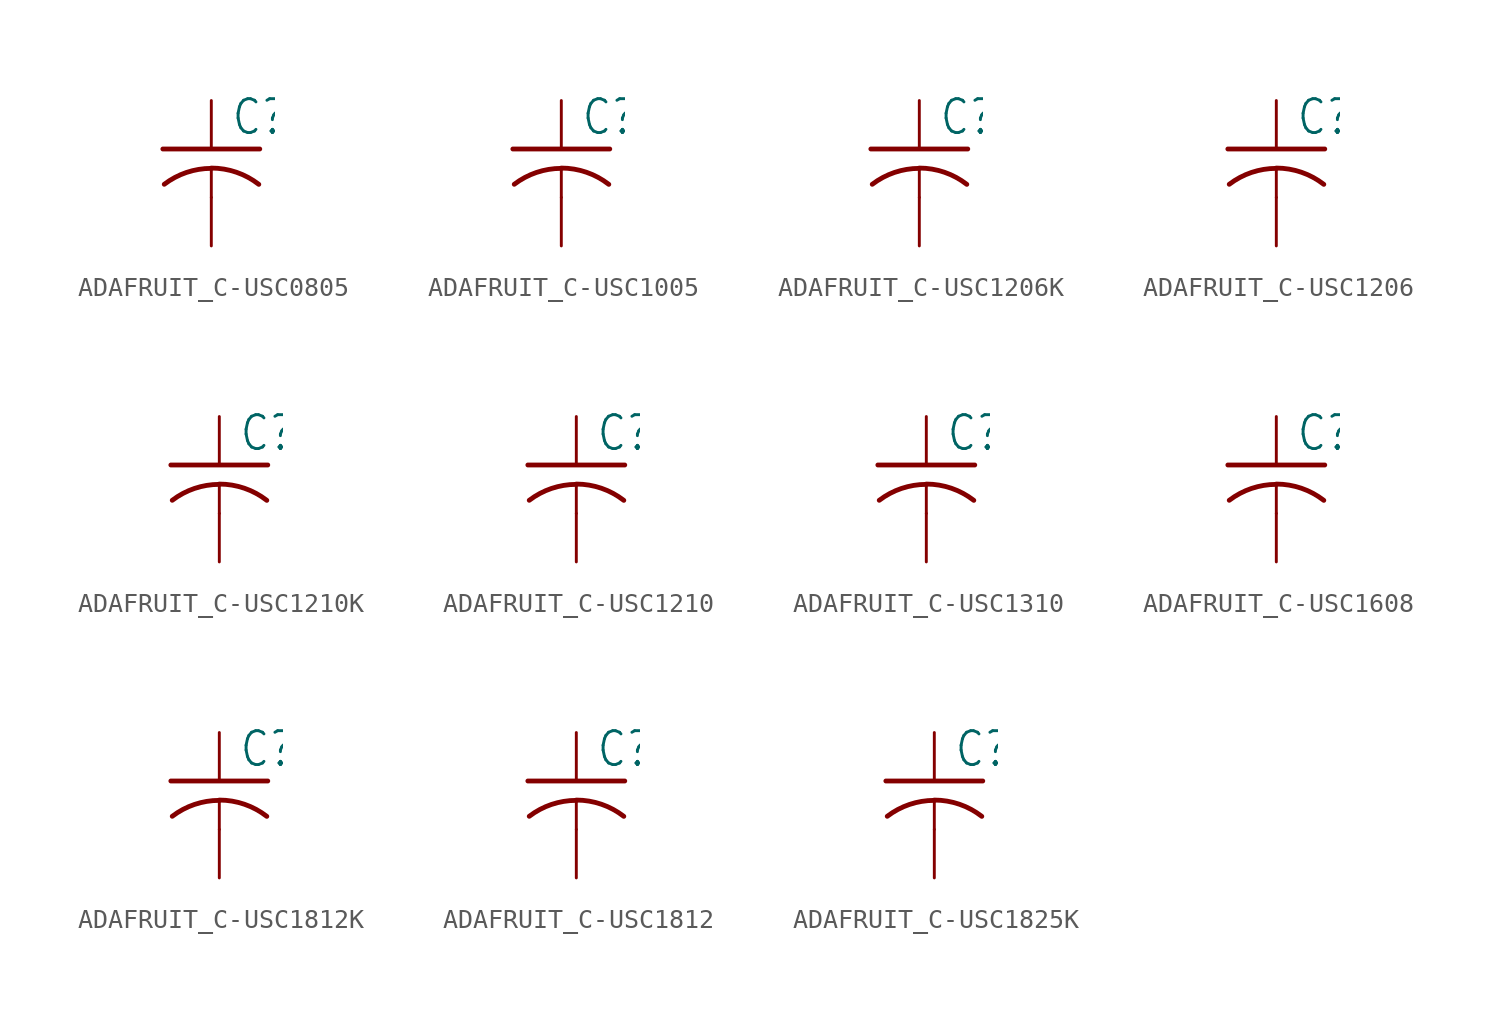
<source format=kicad_sym>
(kicad_symbol_lib
  (version 20231120)
  (generator "kicad_symbol_editor")
  (generator_version "8.0")
  (symbol "ADAFRUIT_C-USC0805"
    (property "Reference" "C"
      (at 1.016 0.635 0)
      (effects (font (size 1.778 1.511)) (justify left bottom)))
    (property "Value" ""
      (at 1.016 -4.191 0)
      (effects (font (size 1.778 1.511)) (justify left bottom)))
    (property "ki_locked" ""
      (at 0 0 0)
      (effects (font (size 1.27 1.27))))
    (symbol "ADAFRUIT_C-USC0805_1_0"
      (arc (start 0 -1.0161) (mid -1.302 -1.2303) (end -2.4668 -1.8504) (stroke (width 0.254) (type solid)) (fill (type none)))
      (polyline (pts (xy -2.54 0) (xy 2.54 0)) (stroke (width 0.254) (type solid)) (fill (type none)))
      (polyline (pts (xy 0 -1.016) (xy 0 -2.54)) (stroke (width 0.152) (type solid)) (fill (type none)))
      (polyline (pts (xy 0 -1.016) (xy 0 -1.016)) (stroke (width 0.152) (type solid)) (fill (type none)))
      (arc (start 2.4892 -1.8541) (mid 1.3158 -1.2194) (end 0 -1) (stroke (width 0.254) (type solid)) (fill (type none)))
      (pin passive line (at 0 2.54 270) (length 2.54) (name "1" (effects (font (size 0 0)))) (number "1" (effects (font (size 0 0)))))
      (pin passive line (at 0 -5.08 90) (length 2.54) (name "2" (effects (font (size 0 0)))) (number "2" (effects (font (size 0 0)))))))
  (symbol "ADAFRUIT_C-USC1005"
    (property "Reference" "C"
      (at 1.016 0.635 0)
      (effects (font (size 1.778 1.511)) (justify left bottom)))
    (property "Value" ""
      (at 1.016 -4.191 0)
      (effects (font (size 1.778 1.511)) (justify left bottom)))
    (property "ki_locked" ""
      (at 0 0 0)
      (effects (font (size 1.27 1.27))))
    (symbol "ADAFRUIT_C-USC1005_1_0"
      (arc (start 0 -1.0161) (mid -1.302 -1.2303) (end -2.4668 -1.8504) (stroke (width 0.254) (type solid)) (fill (type none)))
      (polyline (pts (xy -2.54 0) (xy 2.54 0)) (stroke (width 0.254) (type solid)) (fill (type none)))
      (polyline (pts (xy 0 -1.016) (xy 0 -2.54)) (stroke (width 0.152) (type solid)) (fill (type none)))
      (polyline (pts (xy 0 -1.016) (xy 0 -1.016)) (stroke (width 0.152) (type solid)) (fill (type none)))
      (arc (start 2.4892 -1.8541) (mid 1.3158 -1.2194) (end 0 -1) (stroke (width 0.254) (type solid)) (fill (type none)))
      (pin passive line (at 0 2.54 270) (length 2.54) (name "1" (effects (font (size 0 0)))) (number "1" (effects (font (size 0 0)))))
      (pin passive line (at 0 -5.08 90) (length 2.54) (name "2" (effects (font (size 0 0)))) (number "2" (effects (font (size 0 0)))))))
  (symbol "ADAFRUIT_C-USC1206K"
    (property "Reference" "C"
      (at 1.016 0.635 0)
      (effects (font (size 1.778 1.511)) (justify left bottom)))
    (property "Value" ""
      (at 1.016 -4.191 0)
      (effects (font (size 1.778 1.511)) (justify left bottom)))
    (property "ki_locked" ""
      (at 0 0 0)
      (effects (font (size 1.27 1.27))))
    (symbol "ADAFRUIT_C-USC1206K_1_0"
      (arc (start 0 -1.0161) (mid -1.302 -1.2303) (end -2.4668 -1.8504) (stroke (width 0.254) (type solid)) (fill (type none)))
      (polyline (pts (xy -2.54 0) (xy 2.54 0)) (stroke (width 0.254) (type solid)) (fill (type none)))
      (polyline (pts (xy 0 -1.016) (xy 0 -2.54)) (stroke (width 0.152) (type solid)) (fill (type none)))
      (polyline (pts (xy 0 -1.016) (xy 0 -1.016)) (stroke (width 0.152) (type solid)) (fill (type none)))
      (arc (start 2.4892 -1.8541) (mid 1.3158 -1.2194) (end 0 -1) (stroke (width 0.254) (type solid)) (fill (type none)))
      (pin passive line (at 0 2.54 270) (length 2.54) (name "1" (effects (font (size 0 0)))) (number "1" (effects (font (size 0 0)))))
      (pin passive line (at 0 -5.08 90) (length 2.54) (name "2" (effects (font (size 0 0)))) (number "2" (effects (font (size 0 0)))))))
  (symbol "ADAFRUIT_C-USC1206"
    (property "Reference" "C"
      (at 1.016 0.635 0)
      (effects (font (size 1.778 1.511)) (justify left bottom)))
    (property "Value" ""
      (at 1.016 -4.191 0)
      (effects (font (size 1.778 1.511)) (justify left bottom)))
    (property "ki_locked" ""
      (at 0 0 0)
      (effects (font (size 1.27 1.27))))
    (symbol "ADAFRUIT_C-USC1206_1_0"
      (arc (start 0 -1.0161) (mid -1.302 -1.2303) (end -2.4668 -1.8504) (stroke (width 0.254) (type solid)) (fill (type none)))
      (polyline (pts (xy -2.54 0) (xy 2.54 0)) (stroke (width 0.254) (type solid)) (fill (type none)))
      (polyline (pts (xy 0 -1.016) (xy 0 -2.54)) (stroke (width 0.152) (type solid)) (fill (type none)))
      (polyline (pts (xy 0 -1.016) (xy 0 -1.016)) (stroke (width 0.152) (type solid)) (fill (type none)))
      (arc (start 2.4892 -1.8541) (mid 1.3158 -1.2194) (end 0 -1) (stroke (width 0.254) (type solid)) (fill (type none)))
      (pin passive line (at 0 2.54 270) (length 2.54) (name "1" (effects (font (size 0 0)))) (number "1" (effects (font (size 0 0)))))
      (pin passive line (at 0 -5.08 90) (length 2.54) (name "2" (effects (font (size 0 0)))) (number "2" (effects (font (size 0 0)))))))
  (symbol "ADAFRUIT_C-USC1210K"
    (property "Reference" "C"
      (at 1.016 0.635 0)
      (effects (font (size 1.778 1.511)) (justify left bottom)))
    (property "Value" ""
      (at 1.016 -4.191 0)
      (effects (font (size 1.778 1.511)) (justify left bottom)))
    (property "ki_locked" ""
      (at 0 0 0)
      (effects (font (size 1.27 1.27))))
    (symbol "ADAFRUIT_C-USC1210K_1_0"
      (arc (start 0 -1.0161) (mid -1.302 -1.2303) (end -2.4668 -1.8504) (stroke (width 0.254) (type solid)) (fill (type none)))
      (polyline (pts (xy -2.54 0) (xy 2.54 0)) (stroke (width 0.254) (type solid)) (fill (type none)))
      (polyline (pts (xy 0 -1.016) (xy 0 -2.54)) (stroke (width 0.152) (type solid)) (fill (type none)))
      (polyline (pts (xy 0 -1.016) (xy 0 -1.016)) (stroke (width 0.152) (type solid)) (fill (type none)))
      (arc (start 2.4892 -1.8541) (mid 1.3158 -1.2194) (end 0 -1) (stroke (width 0.254) (type solid)) (fill (type none)))
      (pin passive line (at 0 2.54 270) (length 2.54) (name "1" (effects (font (size 0 0)))) (number "1" (effects (font (size 0 0)))))
      (pin passive line (at 0 -5.08 90) (length 2.54) (name "2" (effects (font (size 0 0)))) (number "2" (effects (font (size 0 0)))))))
  (symbol "ADAFRUIT_C-USC1210"
    (property "Reference" "C"
      (at 1.016 0.635 0)
      (effects (font (size 1.778 1.511)) (justify left bottom)))
    (property "Value" ""
      (at 1.016 -4.191 0)
      (effects (font (size 1.778 1.511)) (justify left bottom)))
    (property "ki_locked" ""
      (at 0 0 0)
      (effects (font (size 1.27 1.27))))
    (symbol "ADAFRUIT_C-USC1210_1_0"
      (arc (start 0 -1.0161) (mid -1.302 -1.2303) (end -2.4668 -1.8504) (stroke (width 0.254) (type solid)) (fill (type none)))
      (polyline (pts (xy -2.54 0) (xy 2.54 0)) (stroke (width 0.254) (type solid)) (fill (type none)))
      (polyline (pts (xy 0 -1.016) (xy 0 -2.54)) (stroke (width 0.152) (type solid)) (fill (type none)))
      (polyline (pts (xy 0 -1.016) (xy 0 -1.016)) (stroke (width 0.152) (type solid)) (fill (type none)))
      (arc (start 2.4892 -1.8541) (mid 1.3158 -1.2194) (end 0 -1) (stroke (width 0.254) (type solid)) (fill (type none)))
      (pin passive line (at 0 2.54 270) (length 2.54) (name "1" (effects (font (size 0 0)))) (number "1" (effects (font (size 0 0)))))
      (pin passive line (at 0 -5.08 90) (length 2.54) (name "2" (effects (font (size 0 0)))) (number "2" (effects (font (size 0 0)))))))
  (symbol "ADAFRUIT_C-USC1310"
    (property "Reference" "C"
      (at 1.016 0.635 0)
      (effects (font (size 1.778 1.511)) (justify left bottom)))
    (property "Value" ""
      (at 1.016 -4.191 0)
      (effects (font (size 1.778 1.511)) (justify left bottom)))
    (property "ki_locked" ""
      (at 0 0 0)
      (effects (font (size 1.27 1.27))))
    (symbol "ADAFRUIT_C-USC1310_1_0"
      (arc (start 0 -1.0161) (mid -1.302 -1.2303) (end -2.4668 -1.8504) (stroke (width 0.254) (type solid)) (fill (type none)))
      (polyline (pts (xy -2.54 0) (xy 2.54 0)) (stroke (width 0.254) (type solid)) (fill (type none)))
      (polyline (pts (xy 0 -1.016) (xy 0 -2.54)) (stroke (width 0.152) (type solid)) (fill (type none)))
      (polyline (pts (xy 0 -1.016) (xy 0 -1.016)) (stroke (width 0.152) (type solid)) (fill (type none)))
      (arc (start 2.4892 -1.8541) (mid 1.3158 -1.2194) (end 0 -1) (stroke (width 0.254) (type solid)) (fill (type none)))
      (pin passive line (at 0 2.54 270) (length 2.54) (name "1" (effects (font (size 0 0)))) (number "1" (effects (font (size 0 0)))))
      (pin passive line (at 0 -5.08 90) (length 2.54) (name "2" (effects (font (size 0 0)))) (number "2" (effects (font (size 0 0)))))))
  (symbol "ADAFRUIT_C-USC1608"
    (property "Reference" "C"
      (at 1.016 0.635 0)
      (effects (font (size 1.778 1.511)) (justify left bottom)))
    (property "Value" ""
      (at 1.016 -4.191 0)
      (effects (font (size 1.778 1.511)) (justify left bottom)))
    (property "ki_locked" ""
      (at 0 0 0)
      (effects (font (size 1.27 1.27))))
    (symbol "ADAFRUIT_C-USC1608_1_0"
      (arc (start 0 -1.0161) (mid -1.302 -1.2303) (end -2.4668 -1.8504) (stroke (width 0.254) (type solid)) (fill (type none)))
      (polyline (pts (xy -2.54 0) (xy 2.54 0)) (stroke (width 0.254) (type solid)) (fill (type none)))
      (polyline (pts (xy 0 -1.016) (xy 0 -2.54)) (stroke (width 0.152) (type solid)) (fill (type none)))
      (polyline (pts (xy 0 -1.016) (xy 0 -1.016)) (stroke (width 0.152) (type solid)) (fill (type none)))
      (arc (start 2.4892 -1.8541) (mid 1.3158 -1.2194) (end 0 -1) (stroke (width 0.254) (type solid)) (fill (type none)))
      (pin passive line (at 0 2.54 270) (length 2.54) (name "1" (effects (font (size 0 0)))) (number "1" (effects (font (size 0 0)))))
      (pin passive line (at 0 -5.08 90) (length 2.54) (name "2" (effects (font (size 0 0)))) (number "2" (effects (font (size 0 0)))))))
  (symbol "ADAFRUIT_C-USC1812K"
    (property "Reference" "C"
      (at 1.016 0.635 0)
      (effects (font (size 1.778 1.511)) (justify left bottom)))
    (property "Value" ""
      (at 1.016 -4.191 0)
      (effects (font (size 1.778 1.511)) (justify left bottom)))
    (property "ki_locked" ""
      (at 0 0 0)
      (effects (font (size 1.27 1.27))))
    (symbol "ADAFRUIT_C-USC1812K_1_0"
      (arc (start 0 -1.0161) (mid -1.302 -1.2303) (end -2.4668 -1.8504) (stroke (width 0.254) (type solid)) (fill (type none)))
      (polyline (pts (xy -2.54 0) (xy 2.54 0)) (stroke (width 0.254) (type solid)) (fill (type none)))
      (polyline (pts (xy 0 -1.016) (xy 0 -2.54)) (stroke (width 0.152) (type solid)) (fill (type none)))
      (polyline (pts (xy 0 -1.016) (xy 0 -1.016)) (stroke (width 0.152) (type solid)) (fill (type none)))
      (arc (start 2.4892 -1.8541) (mid 1.3158 -1.2194) (end 0 -1) (stroke (width 0.254) (type solid)) (fill (type none)))
      (pin passive line (at 0 2.54 270) (length 2.54) (name "1" (effects (font (size 0 0)))) (number "1" (effects (font (size 0 0)))))
      (pin passive line (at 0 -5.08 90) (length 2.54) (name "2" (effects (font (size 0 0)))) (number "2" (effects (font (size 0 0)))))))
  (symbol "ADAFRUIT_C-USC1812"
    (property "Reference" "C"
      (at 1.016 0.635 0)
      (effects (font (size 1.778 1.511)) (justify left bottom)))
    (property "Value" ""
      (at 1.016 -4.191 0)
      (effects (font (size 1.778 1.511)) (justify left bottom)))
    (property "ki_locked" ""
      (at 0 0 0)
      (effects (font (size 1.27 1.27))))
    (symbol "ADAFRUIT_C-USC1812_1_0"
      (arc (start 0 -1.0161) (mid -1.302 -1.2303) (end -2.4668 -1.8504) (stroke (width 0.254) (type solid)) (fill (type none)))
      (polyline (pts (xy -2.54 0) (xy 2.54 0)) (stroke (width 0.254) (type solid)) (fill (type none)))
      (polyline (pts (xy 0 -1.016) (xy 0 -2.54)) (stroke (width 0.152) (type solid)) (fill (type none)))
      (polyline (pts (xy 0 -1.016) (xy 0 -1.016)) (stroke (width 0.152) (type solid)) (fill (type none)))
      (arc (start 2.4892 -1.8541) (mid 1.3158 -1.2194) (end 0 -1) (stroke (width 0.254) (type solid)) (fill (type none)))
      (pin passive line (at 0 2.54 270) (length 2.54) (name "1" (effects (font (size 0 0)))) (number "1" (effects (font (size 0 0)))))
      (pin passive line (at 0 -5.08 90) (length 2.54) (name "2" (effects (font (size 0 0)))) (number "2" (effects (font (size 0 0)))))))
  (symbol "ADAFRUIT_C-USC1825K"
    (property "Reference" "C"
      (at 1.016 0.635 0)
      (effects (font (size 1.778 1.511)) (justify left bottom)))
    (property "Value" ""
      (at 1.016 -4.191 0)
      (effects (font (size 1.778 1.511)) (justify left bottom)))
    (property "ki_locked" ""
      (at 0 0 0)
      (effects (font (size 1.27 1.27))))
    (symbol "ADAFRUIT_C-USC1825K_1_0"
      (arc (start 0 -1.0161) (mid -1.302 -1.2303) (end -2.4668 -1.8504) (stroke (width 0.254) (type solid)) (fill (type none)))
      (polyline (pts (xy -2.54 0) (xy 2.54 0)) (stroke (width 0.254) (type solid)) (fill (type none)))
      (polyline (pts (xy 0 -1.016) (xy 0 -2.54)) (stroke (width 0.152) (type solid)) (fill (type none)))
      (polyline (pts (xy 0 -1.016) (xy 0 -1.016)) (stroke (width 0.152) (type solid)) (fill (type none)))
      (arc (start 2.4892 -1.8541) (mid 1.3158 -1.2194) (end 0 -1) (stroke (width 0.254) (type solid)) (fill (type none)))
      (pin passive line (at 0 2.54 270) (length 2.54) (name "1" (effects (font (size 0 0)))) (number "1" (effects (font (size 0 0)))))
      (pin passive line (at 0 -5.08 90) (length 2.54) (name "2" (effects (font (size 0 0)))) (number "2" (effects (font (size 0 0))))))))
</source>
